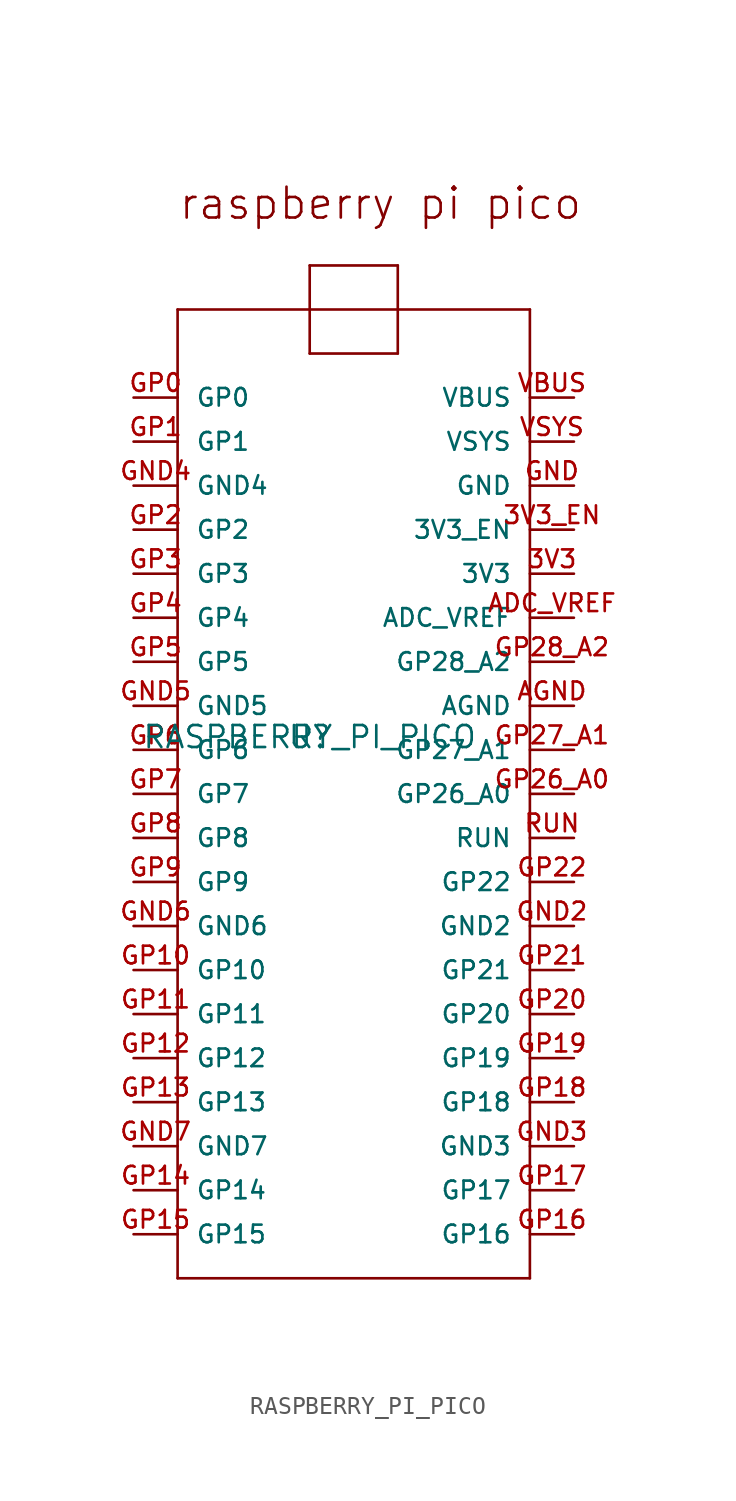
<source format=kicad_sym>
(kicad_symbol_lib
  (version 20231120)
  (generator "kicad_symbol_editor")
  (generator_version "8.0")
  (symbol "RASPBERRY_PI_PICO"
    (pin_names
      (offset 1.016))
    (property "Reference" "U"
      (at 0 0 0)
      (effects (font (size 1.27 1.27)) (justify bottom)))
    (property "Value" "RASPBERRY_PI_PICO"
      (at 0 0 0)
      (effects (font (size 1.27 1.27)) (justify bottom)))
    (symbol "RASPBERRY_PI_PICO_0_0"
      (polyline (pts (xy -7.62 -30.48) (xy 12.7 -30.48)) (stroke (width 0.152) (type default)) (fill (type none)))
      (polyline (pts (xy -7.62 25.4) (xy -7.62 -30.48)) (stroke (width 0.152) (type default)) (fill (type none)))
      (polyline (pts (xy 0 22.86) (xy 5.08 22.86)) (stroke (width 0.152) (type default)) (fill (type none)))
      (polyline (pts (xy 0 27.94) (xy 0 22.86)) (stroke (width 0.152) (type default)) (fill (type none)))
      (polyline (pts (xy 5.08 22.86) (xy 5.08 27.94)) (stroke (width 0.152) (type default)) (fill (type none)))
      (polyline (pts (xy 5.08 27.94) (xy 0 27.94)) (stroke (width 0.152) (type default)) (fill (type none)))
      (polyline (pts (xy 12.7 -30.48) (xy 12.7 25.4)) (stroke (width 0.152) (type default)) (fill (type none)))
      (polyline (pts (xy 12.7 25.4) (xy -7.62 25.4)) (stroke (width 0.152) (type default)) (fill (type none)))
      (text "raspberry pi pico" (at -7.62 30.48 0) (effects (font (size 1.778 1.778)) (justify left bottom)))
      (pin bidirectional line (at 15.24 10.16 180) (length 2.54) (name "3V3" (effects (font (size 1.016 1.016)))) (number "3V3" (effects (font (size 1.016 1.016)))))
      (pin bidirectional line (at 15.24 12.7 180) (length 2.54) (name "3V3_EN" (effects (font (size 1.016 1.016)))) (number "3V3_EN" (effects (font (size 1.016 1.016)))))
      (pin bidirectional line (at 15.24 7.62 180) (length 2.54) (name "ADC_VREF" (effects (font (size 1.016 1.016)))) (number "ADC_VREF" (effects (font (size 1.016 1.016)))))
      (pin bidirectional line (at 15.24 2.54 180) (length 2.54) (name "AGND" (effects (font (size 1.016 1.016)))) (number "AGND" (effects (font (size 1.016 1.016)))))
      (pin bidirectional line (at 15.24 15.24 180) (length 2.54) (name "GND" (effects (font (size 1.016 1.016)))) (number "GND" (effects (font (size 1.016 1.016)))))
      (pin bidirectional line (at 15.24 -10.16 180) (length 2.54) (name "GND2" (effects (font (size 1.016 1.016)))) (number "GND2" (effects (font (size 1.016 1.016)))))
      (pin bidirectional line (at 15.24 -22.86 180) (length 2.54) (name "GND3" (effects (font (size 1.016 1.016)))) (number "GND3" (effects (font (size 1.016 1.016)))))
      (pin bidirectional line (at -10.16 15.24 0) (length 2.54) (name "GND4" (effects (font (size 1.016 1.016)))) (number "GND4" (effects (font (size 1.016 1.016)))))
      (pin bidirectional line (at -10.16 2.54 0) (length 2.54) (name "GND5" (effects (font (size 1.016 1.016)))) (number "GND5" (effects (font (size 1.016 1.016)))))
      (pin bidirectional line (at -10.16 -10.16 0) (length 2.54) (name "GND6" (effects (font (size 1.016 1.016)))) (number "GND6" (effects (font (size 1.016 1.016)))))
      (pin bidirectional line (at -10.16 -22.86 0) (length 2.54) (name "GND7" (effects (font (size 1.016 1.016)))) (number "GND7" (effects (font (size 1.016 1.016)))))
      (pin bidirectional line (at -10.16 20.32 0) (length 2.54) (name "GP0" (effects (font (size 1.016 1.016)))) (number "GP0" (effects (font (size 1.016 1.016)))))
      (pin bidirectional line (at -10.16 17.78 0) (length 2.54) (name "GP1" (effects (font (size 1.016 1.016)))) (number "GP1" (effects (font (size 1.016 1.016)))))
      (pin bidirectional line (at -10.16 -12.7 0) (length 2.54) (name "GP10" (effects (font (size 1.016 1.016)))) (number "GP10" (effects (font (size 1.016 1.016)))))
      (pin bidirectional line (at -10.16 -15.24 0) (length 2.54) (name "GP11" (effects (font (size 1.016 1.016)))) (number "GP11" (effects (font (size 1.016 1.016)))))
      (pin bidirectional line (at -10.16 -17.78 0) (length 2.54) (name "GP12" (effects (font (size 1.016 1.016)))) (number "GP12" (effects (font (size 1.016 1.016)))))
      (pin bidirectional line (at -10.16 -20.32 0) (length 2.54) (name "GP13" (effects (font (size 1.016 1.016)))) (number "GP13" (effects (font (size 1.016 1.016)))))
      (pin bidirectional line (at -10.16 -25.4 0) (length 2.54) (name "GP14" (effects (font (size 1.016 1.016)))) (number "GP14" (effects (font (size 1.016 1.016)))))
      (pin bidirectional line (at -10.16 -27.94 0) (length 2.54) (name "GP15" (effects (font (size 1.016 1.016)))) (number "GP15" (effects (font (size 1.016 1.016)))))
      (pin bidirectional line (at 15.24 -27.94 180) (length 2.54) (name "GP16" (effects (font (size 1.016 1.016)))) (number "GP16" (effects (font (size 1.016 1.016)))))
      (pin bidirectional line (at 15.24 -25.4 180) (length 2.54) (name "GP17" (effects (font (size 1.016 1.016)))) (number "GP17" (effects (font (size 1.016 1.016)))))
      (pin bidirectional line (at 15.24 -20.32 180) (length 2.54) (name "GP18" (effects (font (size 1.016 1.016)))) (number "GP18" (effects (font (size 1.016 1.016)))))
      (pin bidirectional line (at 15.24 -17.78 180) (length 2.54) (name "GP19" (effects (font (size 1.016 1.016)))) (number "GP19" (effects (font (size 1.016 1.016)))))
      (pin bidirectional line (at -10.16 12.7 0) (length 2.54) (name "GP2" (effects (font (size 1.016 1.016)))) (number "GP2" (effects (font (size 1.016 1.016)))))
      (pin bidirectional line (at 15.24 -15.24 180) (length 2.54) (name "GP20" (effects (font (size 1.016 1.016)))) (number "GP20" (effects (font (size 1.016 1.016)))))
      (pin bidirectional line (at 15.24 -12.7 180) (length 2.54) (name "GP21" (effects (font (size 1.016 1.016)))) (number "GP21" (effects (font (size 1.016 1.016)))))
      (pin bidirectional line (at 15.24 -7.62 180) (length 2.54) (name "GP22" (effects (font (size 1.016 1.016)))) (number "GP22" (effects (font (size 1.016 1.016)))))
      (pin bidirectional line (at 15.24 -2.54 180) (length 2.54) (name "GP26_A0" (effects (font (size 1.016 1.016)))) (number "GP26_A0" (effects (font (size 1.016 1.016)))))
      (pin bidirectional line (at 15.24 0 180) (length 2.54) (name "GP27_A1" (effects (font (size 1.016 1.016)))) (number "GP27_A1" (effects (font (size 1.016 1.016)))))
      (pin bidirectional line (at 15.24 5.08 180) (length 2.54) (name "GP28_A2" (effects (font (size 1.016 1.016)))) (number "GP28_A2" (effects (font (size 1.016 1.016)))))
      (pin bidirectional line (at -10.16 10.16 0) (length 2.54) (name "GP3" (effects (font (size 1.016 1.016)))) (number "GP3" (effects (font (size 1.016 1.016)))))
      (pin bidirectional line (at -10.16 7.62 0) (length 2.54) (name "GP4" (effects (font (size 1.016 1.016)))) (number "GP4" (effects (font (size 1.016 1.016)))))
      (pin bidirectional line (at -10.16 5.08 0) (length 2.54) (name "GP5" (effects (font (size 1.016 1.016)))) (number "GP5" (effects (font (size 1.016 1.016)))))
      (pin bidirectional line (at -10.16 0 0) (length 2.54) (name "GP6" (effects (font (size 1.016 1.016)))) (number "GP6" (effects (font (size 1.016 1.016)))))
      (pin bidirectional line (at -10.16 -2.54 0) (length 2.54) (name "GP7" (effects (font (size 1.016 1.016)))) (number "GP7" (effects (font (size 1.016 1.016)))))
      (pin bidirectional line (at -10.16 -5.08 0) (length 2.54) (name "GP8" (effects (font (size 1.016 1.016)))) (number "GP8" (effects (font (size 1.016 1.016)))))
      (pin bidirectional line (at -10.16 -7.62 0) (length 2.54) (name "GP9" (effects (font (size 1.016 1.016)))) (number "GP9" (effects (font (size 1.016 1.016)))))
      (pin bidirectional line (at 15.24 -5.08 180) (length 2.54) (name "RUN" (effects (font (size 1.016 1.016)))) (number "RUN" (effects (font (size 1.016 1.016)))))
      (pin bidirectional line (at 15.24 20.32 180) (length 2.54) (name "VBUS" (effects (font (size 1.016 1.016)))) (number "VBUS" (effects (font (size 1.016 1.016)))))
      (pin bidirectional line (at 15.24 17.78 180) (length 2.54) (name "VSYS" (effects (font (size 1.016 1.016)))) (number "VSYS" (effects (font (size 1.016 1.016))))))))
</source>
